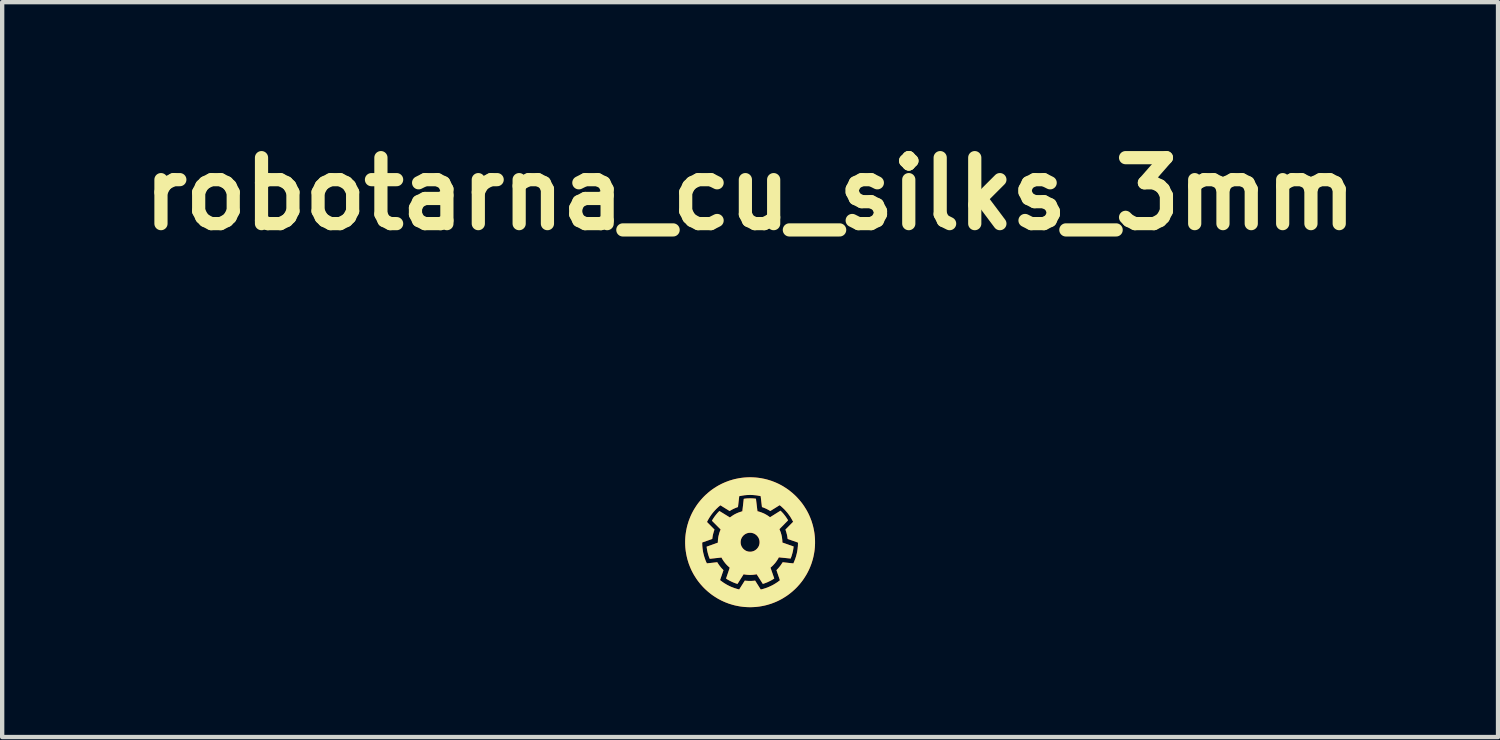
<source format=kicad_pcb>
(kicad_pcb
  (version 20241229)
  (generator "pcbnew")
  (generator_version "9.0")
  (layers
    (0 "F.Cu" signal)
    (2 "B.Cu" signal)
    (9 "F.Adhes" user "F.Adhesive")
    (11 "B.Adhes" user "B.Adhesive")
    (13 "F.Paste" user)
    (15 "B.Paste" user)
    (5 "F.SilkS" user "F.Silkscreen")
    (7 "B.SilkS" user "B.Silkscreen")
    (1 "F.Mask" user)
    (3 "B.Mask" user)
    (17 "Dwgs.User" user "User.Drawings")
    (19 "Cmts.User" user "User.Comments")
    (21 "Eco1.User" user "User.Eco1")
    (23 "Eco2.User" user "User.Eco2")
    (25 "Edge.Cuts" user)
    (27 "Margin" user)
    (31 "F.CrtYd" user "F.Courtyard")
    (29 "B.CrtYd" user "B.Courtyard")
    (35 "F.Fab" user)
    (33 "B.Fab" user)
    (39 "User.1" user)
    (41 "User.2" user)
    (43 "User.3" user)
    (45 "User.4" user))
  (footprint "robotarna_cu_silks_3mm"
    (layer "F.Cu")
    (at 14.275 9.474)
    (property "Reference" "robotarna_cu_silks_3mm" (at 0 -8.048 0) (layer "F.SilkS") (effects (font (size 1.524 1.524) (thickness 0.305))))
    (attr smd)
    (fp_poly (pts (xy -0.000003 0.219) (xy -0.992 0.184) (xy -0.989 0.2) (xy -0.985 0.216) (xy -0.982 0.231) (xy -0.978 0.247) (xy -0.974 0.263) (xy -0.969 0.278) (xy -0.965 0.293) (xy -0.96 0.309) (xy -0.955 0.324) (xy -0.95 0.339) (xy -0.944 0.354) (xy -0.938 0.368) (xy -0.932 0.383) (xy -0.661 0.353) (xy -0.654 0.367) (xy -0.646 0.381) (xy -0.638 0.395) (xy -0.629 0.409) (xy -0.62 0.422) (xy -0.611 0.436) (xy -0.602 0.449) (xy -0.592 0.462) (xy -0.582 0.474) (xy -0.572 0.487) (xy -0.562 0.499) (xy -0.551 0.511) (xy -0.54 0.523) (xy -0.529 0.534) (xy -0.518 0.545) (xy -0.506 0.556) (xy -0.494 0.567) (xy -0.482 0.578) (xy -0.47 0.588) (xy -0.555 0.839) (xy -0.542 0.848) (xy -0.528 0.857) (xy -0.514 0.865) (xy -0.5 0.873) (xy -0.486 0.881) (xy -0.472 0.889) (xy -0.457 0.896) (xy -0.443 0.903) (xy -0.428 0.91) (xy -0.413 0.917) (xy -0.399 0.924) (xy -0.383 0.93) (xy -0.368 0.936) (xy -0.353 0.942) (xy -0.338 0.948) (xy -0.322 0.953) (xy -0.307 0.958) (xy -0.291 0.963) (xy -0.15 0.74) (xy -0.134 0.743) (xy -0.118 0.746) (xy -0.101 0.748) (xy -0.085 0.75) (xy -0.068 0.752) (xy -0.051 0.753) (xy -0.035 0.754) (xy -0.018 0.755) (xy -0.001 0.755) (xy 0.015 0.755) (xy 0.031 0.754) (xy 0.046 0.754) (xy 0.061 0.752) (xy 0.077 0.751) (xy 0.092 0.749) (xy 0.107 0.747) (xy 0.122 0.745) (xy 0.137 0.742) (xy 0.152 0.74) (xy 0.294 0.962) (xy 0.31 0.957) (xy 0.326 0.952) (xy 0.341 0.947) (xy 0.356 0.941) (xy 0.372 0.935) (xy 0.387 0.929) (xy 0.402 0.923) (xy 0.417 0.916) (xy 0.431 0.909) (xy 0.446 0.902) (xy 0.46 0.895) (xy 0.475 0.888) (xy 0.489 0.88) (xy 0.503 0.872) (xy 0.517 0.864) (xy 0.531 0.855) (xy 0.544 0.847) (xy 0.558 0.838) (xy 0.471 0.588) (xy 0.483 0.577) (xy 0.495 0.567) (xy 0.507 0.556) (xy 0.519 0.545) (xy 0.531 0.533) (xy 0.542 0.521) (xy 0.553 0.509) (xy 0.564 0.497) (xy 0.575 0.485) (xy 0.585 0.472) (xy 0.595 0.459) (xy 0.604 0.446) (xy 0.614 0.433) (xy 0.623 0.419) (xy 0.632 0.406) (xy 0.64 0.392) (xy 0.649 0.377) (xy 0.657 0.363) (xy 0.664 0.349) (xy 0.936 0.377) (xy 0.942 0.362) (xy 0.947 0.348) (xy 0.953 0.333) (xy 0.958 0.318) (xy 0.963 0.303) (xy 0.967 0.287) (xy 0.972 0.272) (xy 0.976 0.257) (xy 0.98 0.241) (xy 0.984 0.226) (xy 0.987 0.21) (xy 0.991 0.194) (xy 0.994 0.178) (xy 0.996 0.163) (xy 0.999 0.146) (xy 1.001 0.13) (xy 1.003 0.114) (xy 1.005 0.098) (xy 0.746 0.007) (xy 0.745 -0.011) (xy 0.745 -0.028) (xy 0.744 -0.045) (xy 0.742 -0.062) (xy 0.74 -0.079) (xy 0.738 -0.096) (xy 0.736 -0.113) (xy 0.733 -0.129) (xy 0.729 -0.146) (xy 0.726 -0.162) (xy 0.722 -0.178) (xy 0.717 -0.194) (xy 0.713 -0.21) (xy 0.708 -0.226) (xy 0.702 -0.242) (xy 0.696 -0.257) (xy 0.69 -0.272) (xy 0.684 -0.288) (xy 0.677 -0.302) (xy 0.877 -0.506) (xy 0.869 -0.52) (xy 0.86 -0.534) (xy 0.851 -0.549) (xy 0.842 -0.563) (xy 0.832 -0.576) (xy 0.823 -0.59) (xy 0.813 -0.604) (xy 0.803 -0.617) (xy 0.793 -0.63) (xy 0.782 -0.643) (xy 0.772 -0.656) (xy 0.761 -0.669) (xy 0.75 -0.681) (xy 0.738 -0.693) (xy 0.727 -0.705) (xy 0.715 -0.717) (xy 0.703 -0.729) (xy 0.46 -0.577) (xy 0.448 -0.586) (xy 0.435 -0.596) (xy 0.422 -0.605) (xy 0.408 -0.614) (xy 0.395 -0.623) (xy 0.381 -0.631) (xy 0.367 -0.639) (xy 0.353 -0.647) (xy 0.338 -0.655) (xy 0.324 -0.662) (xy 0.309 -0.669) (xy 0.294 -0.675) (xy 0.279 -0.681) (xy 0.264 -0.687) (xy 0.249 -0.693) (xy 0.233 -0.698) (xy 0.218 -0.703) (xy 0.202 -0.708) (xy 0.186 -0.712) (xy 0.17 -0.716) (xy 0.135 -1.005) (xy 0.119 -1.007) (xy 0.102 -1.009) (xy 0.086 -1.01) (xy 0.069 -1.012) (xy 0.052 -1.013) (xy 0.035 -1.013) (xy 0.019 -1.014) (xy 0.002 -1.014) (xy -0.015 -1.014) (xy -0.032 -1.013) (xy -0.048 -1.013) (xy -0.065 -1.012) (xy -0.081 -1.011) (xy -0.098 -1.009) (xy -0.114 -1.007) (xy -0.13 -1.005) (xy -0.146 -1.003) (xy -0.179 -0.714) (xy -0.195 -0.71) (xy -0.211 -0.705) (xy -0.226 -0.7) (xy -0.242 -0.695) (xy -0.257 -0.69) (xy -0.272 -0.684) (xy -0.287 -0.678) (xy -0.302 -0.671) (xy -0.317 -0.665) (xy -0.331 -0.658) (xy -0.346 -0.65) (xy -0.36 -0.643) (xy -0.374 -0.635) (xy -0.387 -0.627) (xy -0.401 -0.618) (xy -0.414 -0.609) (xy -0.427 -0.6) (xy -0.44 -0.591) (xy -0.453 -0.582) (xy -0.466 -0.572) (xy -0.71 -0.722) (xy -0.721 -0.71) (xy -0.733 -0.698) (xy -0.744 -0.686) (xy -0.755 -0.674) (xy -0.766 -0.661) (xy -0.777 -0.648) (xy -0.788 -0.635) (xy -0.798 -0.622) (xy -0.808 -0.609) (xy -0.818 -0.595) (xy -0.828 -0.582) (xy -0.837 -0.568) (xy -0.847 -0.554) (xy -0.856 -0.54) (xy -0.865 -0.525) (xy -0.873 -0.511) (xy -0.881 -0.496) (xy -0.68 -0.294) (xy -0.686 -0.28) (xy -0.693 -0.265) (xy -0.698 -0.25) (xy -0.704 -0.235) (xy -0.709 -0.219) (xy -0.714 -0.204) (xy -0.718 -0.188) (xy -0.722 -0.172) (xy -0.726 -0.157) (xy -0.73 -0.141) (xy -0.733 -0.124) (xy -0.736 -0.108) (xy -0.738 -0.092) (xy -0.74 -0.075) (xy -0.742 -0.059) (xy -0.743 -0.042) (xy -0.744 -0.025) (xy -0.745 -0.008) (xy -0.745 0.009) (xy -0.745 0.01) (xy -1.004 0.103) (xy -1.002 0.12) (xy -1 0.136) (xy -0.997 0.152) (xy -0.995 0.168) (xy -0.992 0.184) (xy -0.000003 0.219) (xy -0.016 0.218) (xy -0.031 0.217) (xy -0.046 0.214) (xy -0.061 0.21) (xy -0.075 0.206) (xy -0.089 0.2) (xy -0.102 0.194) (xy -0.115 0.186) (xy -0.127 0.178) (xy -0.138 0.169) (xy -0.149 0.16) (xy -0.16 0.149) (xy -0.169 0.138) (xy -0.178 0.127) (xy -0.186 0.115) (xy -0.194 0.102) (xy -0.2 0.089) (xy -0.206 0.075) (xy -0.21 0.061) (xy -0.214 0.046) (xy -0.217 0.031) (xy -0.218 0.016) (xy -0.219 0.000005) (xy -0.218 -0.016) (xy -0.217 -0.031) (xy -0.214 -0.046) (xy -0.21 -0.061) (xy -0.206 -0.075) (xy -0.2 -0.089) (xy -0.194 -0.102) (xy -0.186 -0.115) (xy -0.178 -0.127) (xy -0.169 -0.138) (xy -0.16 -0.149) (xy -0.149 -0.16) (xy -0.138 -0.169) (xy -0.127 -0.178) (xy -0.115 -0.186) (xy -0.102 -0.194) (xy -0.089 -0.2) (xy -0.075 -0.206) (xy -0.061 -0.21) (xy -0.046 -0.214) (xy -0.031 -0.217) (xy -0.016 -0.218) (xy -0.000003 -0.219) (xy 0.016 -0.218) (xy 0.031 -0.217) (xy 0.046 -0.214) (xy 0.061 -0.21) (xy 0.075 -0.206) (xy 0.089 -0.2) (xy 0.102 -0.194) (xy 0.115 -0.186) (xy 0.127 -0.178) (xy 0.138 -0.169) (xy 0.149 -0.16) (xy 0.16 -0.149) (xy 0.169 -0.138) (xy 0.178 -0.127) (xy 0.186 -0.115) (xy 0.194 -0.102) (xy 0.2 -0.089) (xy 0.206 -0.075) (xy 0.21 -0.061) (xy 0.214 -0.046) (xy 0.217 -0.031) (xy 0.218 -0.016) (xy 0.219 0.000005) (xy 0.218 0.016) (xy 0.217 0.031) (xy 0.214 0.046) (xy 0.21 0.061) (xy 0.206 0.075) (xy 0.2 0.089) (xy 0.194 0.102) (xy 0.186 0.115) (xy 0.178 0.127) (xy 0.169 0.138) (xy 0.16 0.149) (xy 0.149 0.16) (xy 0.138 0.169) (xy 0.127 0.178) (xy 0.115 0.186) (xy 0.102 0.194) (xy 0.089 0.2) (xy 0.075 0.206) (xy 0.061 0.21) (xy 0.046 0.214) (xy 0.031 0.217) (xy 0.016 0.218) (xy -0.000003 0.219)) (stroke (width 0) (type solid)) (fill yes) (layer "F.Cu"))
    (fp_poly (pts (xy 0.999 0.489) (xy 0.222 1.484) (xy 0.237 1.481) (xy 0.253 1.479) (xy 0.268 1.476) (xy 0.283 1.473) (xy 0.298 1.47) (xy 0.314 1.467) (xy 0.329 1.464) (xy 0.344 1.46) (xy 0.359 1.457) (xy 0.374 1.453) (xy 0.389 1.449) (xy 0.404 1.445) (xy 0.418 1.441) (xy 0.433 1.436) (xy 0.448 1.432) (xy 0.462 1.427) (xy 0.477 1.423) (xy 0.491 1.418) (xy 0.506 1.413) (xy 0.52 1.407) (xy 0.534 1.402) (xy 0.549 1.396) (xy 0.563 1.391) (xy 0.577 1.385) (xy 0.591 1.379) (xy 0.605 1.373) (xy 0.619 1.367) (xy 0.632 1.361) (xy 0.646 1.354) (xy 0.66 1.348) (xy 0.673 1.341) (xy 0.687 1.334) (xy 0.7 1.327) (xy 0.713 1.32) (xy 0.727 1.313) (xy 0.74 1.305) (xy 0.753 1.298) (xy 0.766 1.29) (xy 0.779 1.282) (xy 0.791 1.274) (xy 0.804 1.266) (xy 0.817 1.258) (xy 0.829 1.25) (xy 0.842 1.242) (xy 0.854 1.233) (xy 0.866 1.225) (xy 0.879 1.216) (xy 0.891 1.207) (xy 0.903 1.198) (xy 0.915 1.189) (xy 0.926 1.18) (xy 0.938 1.17) (xy 0.95 1.161) (xy 0.961 1.151) (xy 0.973 1.142) (xy 0.984 1.132) (xy 0.995 1.122) (xy 1.006 1.112) (xy 1.018 1.102) (xy 1.028 1.092) (xy 1.039 1.082) (xy 1.05 1.071) (xy 1.061 1.061) (xy 1.071 1.05) (xy 1.082 1.039) (xy 1.092 1.028) (xy 1.102 1.018) (xy 1.112 1.006) (xy 1.122 0.995) (xy 1.132 0.984) (xy 1.142 0.973) (xy 1.151 0.961) (xy 1.161 0.95) (xy 1.17 0.938) (xy 1.18 0.926) (xy 1.189 0.915) (xy 1.198 0.903) (xy 1.207 0.891) (xy 1.216 0.879) (xy 1.225 0.866) (xy 1.233 0.854) (xy 1.242 0.842) (xy 1.25 0.829) (xy 1.258 0.817) (xy 1.266 0.804) (xy 1.274 0.791) (xy 1.282 0.779) (xy 1.29 0.766) (xy 1.298 0.753) (xy 1.305 0.74) (xy 1.313 0.727) (xy 1.32 0.713) (xy 1.327 0.7) (xy 1.334 0.687) (xy 1.341 0.673) (xy 1.348 0.66) (xy 1.354 0.646) (xy 1.361 0.632) (xy 1.367 0.619) (xy 1.373 0.605) (xy 1.379 0.591) (xy 1.385 0.577) (xy 1.391 0.563) (xy 1.396 0.549) (xy 1.402 0.534) (xy 1.407 0.52) (xy 1.413 0.506) (xy 1.418 0.491) (xy 1.423 0.477) (xy 1.427 0.462) (xy 1.432 0.448) (xy 1.436 0.433) (xy 1.441 0.418) (xy 1.445 0.404) (xy 1.449 0.389) (xy 1.453 0.374) (xy 1.457 0.359) (xy 1.46 0.344) (xy 1.464 0.329) (xy 1.467 0.314) (xy 1.47 0.298) (xy 1.473 0.283) (xy 1.476 0.268) (xy 1.479 0.253) (xy 1.481 0.237) (xy 1.484 0.222) (xy 1.486 0.206) (xy 1.488 0.191) (xy 1.49 0.175) (xy 1.492 0.159) (xy 1.493 0.144) (xy 1.495 0.128) (xy 1.496 0.112) (xy 1.497 0.096) (xy 1.498 0.08) (xy 1.499 0.064) (xy 1.499 0.048) (xy 1.5 0.032) (xy 1.5 0.016) (xy 1.5 0.000004) (xy 1.5 -0.016) (xy 1.5 -0.032) (xy 1.499 -0.048) (xy 1.499 -0.064) (xy 1.498 -0.08) (xy 1.497 -0.096) (xy 1.496 -0.112) (xy 1.495 -0.128) (xy 1.493 -0.144) (xy 1.492 -0.159) (xy 1.49 -0.175) (xy 1.488 -0.191) (xy 1.486 -0.206) (xy 1.484 -0.222) (xy 1.481 -0.237) (xy 1.479 -0.253) (xy 1.476 -0.268) (xy 1.473 -0.283) (xy 1.47 -0.298) (xy 1.467 -0.314) (xy 1.464 -0.329) (xy 1.46 -0.344) (xy 1.457 -0.359) (xy 1.453 -0.374) (xy 1.449 -0.389) (xy 1.445 -0.404) (xy 1.441 -0.418) (xy 1.436 -0.433) (xy 1.432 -0.448) (xy 1.427 -0.462) (xy 1.423 -0.477) (xy 1.418 -0.491) (xy 1.413 -0.506) (xy 1.407 -0.52) (xy 1.402 -0.534) (xy 1.396 -0.549) (xy 1.391 -0.563) (xy 1.385 -0.577) (xy 1.379 -0.591) (xy 1.373 -0.605) (xy 1.367 -0.619) (xy 1.361 -0.632) (xy 1.354 -0.646) (xy 1.348 -0.66) (xy 1.341 -0.673) (xy 1.334 -0.687) (xy 1.327 -0.7) (xy 1.32 -0.713) (xy 1.313 -0.727) (xy 1.305 -0.74) (xy 1.298 -0.753) (xy 1.29 -0.766) (xy 1.282 -0.779) (xy 1.274 -0.791) (xy 1.266 -0.804) (xy 1.258 -0.817) (xy 1.25 -0.829) (xy 1.242 -0.842) (xy 1.233 -0.854) (xy 1.225 -0.866) (xy 1.216 -0.879) (xy 1.207 -0.891) (xy 1.198 -0.903) (xy 1.189 -0.915) (xy 1.18 -0.926) (xy 1.17 -0.938) (xy 1.161 -0.95) (xy 1.151 -0.961) (xy 1.142 -0.973) (xy 1.132 -0.984) (xy 1.122 -0.995) (xy 1.112 -1.006) (xy 1.102 -1.018) (xy 1.092 -1.028) (xy 1.082 -1.039) (xy 1.071 -1.05) (xy 1.061 -1.061) (xy 1.05 -1.071) (xy 1.039 -1.082) (xy 1.028 -1.092) (xy 1.018 -1.102) (xy 1.006 -1.112) (xy 0.995 -1.122) (xy 0.984 -1.132) (xy 0.973 -1.142) (xy 0.961 -1.151) (xy 0.95 -1.161) (xy 0.938 -1.17) (xy 0.926 -1.18) (xy 0.915 -1.189) (xy 0.903 -1.198) (xy 0.891 -1.207) (xy 0.879 -1.216) (xy 0.866 -1.225) (xy 0.854 -1.233) (xy 0.842 -1.242) (xy 0.829 -1.25) (xy 0.817 -1.258) (xy 0.804 -1.266) (xy 0.791 -1.274) (xy 0.779 -1.282) (xy 0.766 -1.29) (xy 0.753 -1.298) (xy 0.74 -1.305) (xy 0.727 -1.313) (xy 0.713 -1.32) (xy 0.7 -1.327) (xy 0.687 -1.334) (xy 0.673 -1.341) (xy 0.66 -1.348) (xy 0.646 -1.354) (xy 0.632 -1.361) (xy 0.619 -1.367) (xy 0.605 -1.373) (xy 0.591 -1.379) (xy 0.577 -1.385) (xy 0.563 -1.391) (xy 0.549 -1.396) (xy 0.534 -1.402) (xy 0.52 -1.407) (xy 0.506 -1.413) (xy 0.491 -1.418) (xy 0.477 -1.423) (xy 0.462 -1.427) (xy 0.448 -1.432) (xy 0.433 -1.436) (xy 0.418 -1.441) (xy 0.404 -1.445) (xy 0.389 -1.449) (xy 0.374 -1.453) (xy 0.359 -1.457) (xy 0.344 -1.46) (xy 0.329 -1.464) (xy 0.314 -1.467) (xy 0.298 -1.47) (xy 0.283 -1.473) (xy 0.268 -1.476) (xy 0.253 -1.479) (xy 0.237 -1.481) (xy 0.222 -1.484) (xy 0.206 -1.486) (xy 0.191 -1.488) (xy 0.175 -1.49) (xy 0.159 -1.492) (xy 0.144 -1.493) (xy 0.128 -1.495) (xy 0.112 -1.496) (xy 0.096 -1.497) (xy 0.08 -1.498) (xy 0.064 -1.499) (xy 0.048 -1.499) (xy 0.032 -1.5) (xy 0.016 -1.5) (xy -0.000004 -1.5) (xy -0.016 -1.5) (xy -0.032 -1.5) (xy -0.048 -1.499) (xy -0.064 -1.499) (xy -0.08 -1.498) (xy -0.096 -1.497) (xy -0.112 -1.496) (xy -0.128 -1.495) (xy -0.144 -1.493) (xy -0.159 -1.492) (xy -0.175 -1.49) (xy -0.191 -1.488) (xy -0.206 -1.486) (xy -0.222 -1.484) (xy -0.237 -1.481) (xy -0.253 -1.479) (xy -0.268 -1.476) (xy -0.283 -1.473) (xy -0.298 -1.47) (xy -0.314 -1.467) (xy -0.329 -1.464) (xy -0.344 -1.46) (xy -0.359 -1.457) (xy -0.374 -1.453) (xy -0.389 -1.449) (xy -0.404 -1.445) (xy -0.418 -1.441) (xy -0.433 -1.436) (xy -0.448 -1.432) (xy -0.462 -1.427) (xy -0.477 -1.423) (xy -0.491 -1.418) (xy -0.506 -1.413) (xy -0.52 -1.407) (xy -0.534 -1.402) (xy -0.549 -1.396) (xy -0.563 -1.391) (xy -0.577 -1.385) (xy -0.591 -1.379) (xy -0.605 -1.373) (xy -0.619 -1.367) (xy -0.632 -1.361) (xy -0.646 -1.354) (xy -0.66 -1.348) (xy -0.673 -1.341) (xy -0.687 -1.334) (xy -0.7 -1.327) (xy -0.713 -1.32) (xy -0.727 -1.313) (xy -0.74 -1.305) (xy -0.753 -1.298) (xy -0.766 -1.29) (xy -0.779 -1.282) (xy -0.791 -1.274) (xy -0.804 -1.266) (xy -0.817 -1.258) (xy -0.829 -1.25) (xy -0.842 -1.242) (xy -0.854 -1.233) (xy -0.866 -1.225) (xy -0.879 -1.216) (xy -0.891 -1.207) (xy -0.903 -1.198) (xy -0.915 -1.189) (xy -0.926 -1.18) (xy -0.938 -1.17) (xy -0.95 -1.161) (xy -0.961 -1.151) (xy -0.973 -1.142) (xy -0.984 -1.132) (xy -0.995 -1.122) (xy -1.006 -1.112) (xy -1.018 -1.102) (xy -1.028 -1.092) (xy -1.039 -1.082) (xy -1.05 -1.071) (xy -1.061 -1.061) (xy -1.071 -1.05) (xy -1.082 -1.039) (xy -1.092 -1.028) (xy -1.102 -1.018) (xy -1.112 -1.006) (xy -1.122 -0.995) (xy -1.132 -0.984) (xy -1.142 -0.973) (xy -1.151 -0.961) (xy -1.161 -0.95) (xy -1.17 -0.938) (xy -1.18 -0.926) (xy -1.189 -0.915) (xy -1.198 -0.903) (xy -1.207 -0.891) (xy -1.216 -0.879) (xy -1.225 -0.866) (xy -1.233 -0.854) (xy -1.242 -0.842) (xy -1.25 -0.829) (xy -1.258 -0.817) (xy -1.266 -0.804) (xy -1.274 -0.791) (xy -1.282 -0.779) (xy -1.29 -0.766) (xy -1.298 -0.753) (xy -1.305 -0.74) (xy -1.313 -0.727) (xy -1.32 -0.713) (xy -1.327 -0.7) (xy -1.334 -0.687) (xy -1.341 -0.673) (xy -1.348 -0.66) (xy -1.354 -0.646) (xy -1.361 -0.632) (xy -1.367 -0.619) (xy -1.373 -0.605) (xy -1.379 -0.591) (xy -1.385 -0.577) (xy -1.391 -0.563) (xy -1.396 -0.549) (xy -1.402 -0.534) (xy -1.407 -0.52) (xy -1.413 -0.506) (xy -1.418 -0.491) (xy -1.423 -0.477) (xy -1.427 -0.462) (xy -1.432 -0.448) (xy -1.436 -0.433) (xy -1.441 -0.418) (xy -1.445 -0.404) (xy -1.449 -0.389) (xy -1.453 -0.374) (xy -1.457 -0.359) (xy -1.46 -0.344) (xy -1.464 -0.329) (xy -1.467 -0.314) (xy -1.47 -0.298) (xy -1.473 -0.283) (xy -1.476 -0.268) (xy -1.479 -0.253) (xy -1.481 -0.237) (xy -1.484 -0.222) (xy -1.486 -0.206) (xy -1.488 -0.191) (xy -1.49 -0.175) (xy -1.492 -0.159) (xy -1.493 -0.144) (xy -1.495 -0.128) (xy -1.496 -0.112) (xy -1.497 -0.096) (xy -1.498 -0.08) (xy -1.499 -0.064) (xy -1.499 -0.048) (xy -1.5 -0.032) (xy -1.5 -0.016) (xy -1.5 0.000004) (xy -1.5 0.016) (xy -1.5 0.032) (xy -1.499 0.048) (xy -1.499 0.064) (xy -1.498 0.08) (xy -1.497 0.096) (xy -1.496 0.112) (xy -1.495 0.128) (xy -1.493 0.144) (xy -1.492 0.159) (xy -1.49 0.175) (xy -1.488 0.191) (xy -1.486 0.206) (xy -1.484 0.222) (xy -1.481 0.237) (xy -1.479 0.253) (xy -1.476 0.268) (xy -1.473 0.283) (xy -1.47 0.298) (xy -1.467 0.314) (xy -1.464 0.329) (xy -1.46 0.344) (xy -1.457 0.359) (xy -1.453 0.374) (xy -1.449 0.389) (xy -1.445 0.404) (xy -1.441 0.418) (xy -1.436 0.433) (xy -1.432 0.448) (xy -1.427 0.462) (xy -1.423 0.477) (xy -1.418 0.491) (xy -1.413 0.506) (xy -1.407 0.52) (xy -1.402 0.534) (xy -1.396 0.549) (xy -1.391 0.563) (xy -1.385 0.577) (xy -1.379 0.591) (xy -1.373 0.605) (xy -1.367 0.619) (xy -1.361 0.632) (xy -1.354 0.646) (xy -1.348 0.66) (xy -1.341 0.673) (xy -1.334 0.687) (xy -1.327 0.7) (xy -1.32 0.713) (xy -1.313 0.727) (xy -1.305 0.74) (xy -1.298 0.753) (xy -1.29 0.766) (xy -1.282 0.779) (xy -1.274 0.791) (xy -1.266 0.804) (xy -1.258 0.817) (xy -1.25 0.829) (xy -1.242 0.842) (xy -1.233 0.854) (xy -1.225 0.866) (xy -1.216 0.879) (xy -1.207 0.891) (xy -1.198 0.903) (xy -1.189 0.915) (xy -1.18 0.926) (xy -1.17 0.938) (xy -1.161 0.95) (xy -1.151 0.961) (xy -1.142 0.973) (xy -1.132 0.984) (xy -1.122 0.995) (xy -1.112 1.006) (xy -1.102 1.018) (xy -1.092 1.028) (xy -1.082 1.039) (xy -1.071 1.05) (xy -1.061 1.061) (xy -1.05 1.071) (xy -1.039 1.082) (xy -1.028 1.092) (xy -1.018 1.102) (xy -1.006 1.112) (xy -0.995 1.122) (xy -0.984 1.132) (xy -0.973 1.142) (xy -0.961 1.151) (xy -0.95 1.161) (xy -0.938 1.17) (xy -0.926 1.18) (xy -0.915 1.189) (xy -0.903 1.198) (xy -0.891 1.207) (xy -0.879 1.216) (xy -0.866 1.225) (xy -0.854 1.233) (xy -0.842 1.242) (xy -0.829 1.25) (xy -0.817 1.258) (xy -0.804 1.266) (xy -0.791 1.274) (xy -0.779 1.282) (xy -0.766 1.29) (xy -0.753 1.298) (xy -0.74 1.305) (xy -0.727 1.313) (xy -0.713 1.32) (xy -0.7 1.327) (xy -0.687 1.334) (xy -0.673 1.341) (xy -0.66 1.348) (xy -0.646 1.354) (xy -0.632 1.361) (xy -0.619 1.367) (xy -0.605 1.373) (xy -0.591 1.379) (xy -0.577 1.385) (xy -0.563 1.391) (xy -0.549 1.396) (xy -0.534 1.402) (xy -0.52 1.407) (xy -0.506 1.413) (xy -0.491 1.418) (xy -0.477 1.423) (xy -0.462 1.427) (xy -0.448 1.432) (xy -0.433 1.436) (xy -0.418 1.441) (xy -0.404 1.445) (xy -0.389 1.449) (xy -0.374 1.453) (xy -0.359 1.457) (xy -0.344 1.46) (xy -0.329 1.464) (xy -0.314 1.467) (xy -0.298 1.47) (xy -0.283 1.473) (xy -0.268 1.476) (xy -0.253 1.479) (xy -0.237 1.481) (xy -0.222 1.484) (xy -0.206 1.486) (xy -0.191 1.488) (xy -0.175 1.49) (xy -0.159 1.492) (xy -0.144 1.493) (xy -0.128 1.495) (xy -0.112 1.496) (xy -0.096 1.497) (xy -0.08 1.498) (xy -0.064 1.499) (xy -0.048 1.499) (xy -0.032 1.5) (xy -0.016 1.5) (xy -0.000004 1.5) (xy 0.016 1.5) (xy 0.032 1.5) (xy 0.048 1.499) (xy 0.064 1.499) (xy 0.08 1.498) (xy 0.096 1.497) (xy 0.112 1.496) (xy 0.128 1.495) (xy 0.144 1.493) (xy 0.159 1.492) (xy 0.175 1.49) (xy 0.191 1.488) (xy 0.206 1.486) (xy 0.222 1.484) (xy 0.999 0.489) (xy 0.752 0.462) (xy 0.744 0.476) (xy 0.735 0.49) (xy 0.725 0.504) (xy 0.716 0.518) (xy 0.706 0.532) (xy 0.697 0.545) (xy 0.686 0.558) (xy 0.676 0.571) (xy 0.665 0.584) (xy 0.654 0.597) (xy 0.643 0.609) (xy 0.632 0.621) (xy 0.62 0.633) (xy 0.609 0.645) (xy 0.689 0.878) (xy 0.676 0.889) (xy 0.663 0.898) (xy 0.65 0.908) (xy 0.637 0.918) (xy 0.623 0.927) (xy 0.61 0.936) (xy 0.596 0.945) (xy 0.582 0.954) (xy 0.568 0.962) (xy 0.554 0.971) (xy 0.54 0.979) (xy 0.525 0.987) (xy 0.511 0.995) (xy 0.496 1.002) (xy 0.481 1.009) (xy 0.467 1.016) (xy 0.452 1.023) (xy 0.436 1.03) (xy 0.421 1.036) (xy 0.406 1.043) (xy 0.39 1.049) (xy 0.375 1.054) (xy 0.359 1.06) (xy 0.343 1.065) (xy 0.327 1.07) (xy 0.311 1.075) (xy 0.295 1.08) (xy 0.279 1.084) (xy 0.263 1.088) (xy 0.246 1.092) (xy 0.116 0.886) (xy 0.101 0.888) (xy 0.086 0.89) (xy 0.072 0.891) (xy 0.057 0.892) (xy 0.042 0.893) (xy 0.027 0.894) (xy 0.012 0.894) (xy -0.003 0.894) (xy -0.018 0.894) (xy -0.033 0.894) (xy -0.048 0.893) (xy -0.063 0.892) (xy -0.078 0.891) (xy -0.093 0.89) (xy -0.107 0.888) (xy -0.122 0.886) (xy -0.252 1.091) (xy -0.268 1.087) (xy -0.284 1.082) (xy -0.301 1.078) (xy -0.317 1.073) (xy -0.333 1.068) (xy -0.349 1.063) (xy -0.365 1.058) (xy -0.38 1.052) (xy -0.396 1.046) (xy -0.411 1.04) (xy -0.427 1.034) (xy -0.442 1.028) (xy -0.457 1.021) (xy -0.472 1.014) (xy -0.487 1.007) (xy -0.502 0.999) (xy -0.516 0.992) (xy -0.531 0.984) (xy -0.545 0.976) (xy -0.559 0.968) (xy -0.573 0.959) (xy -0.587 0.951) (xy -0.601 0.942) (xy -0.615 0.933) (xy -0.628 0.923) (xy -0.642 0.914) (xy -0.655 0.904) (xy -0.668 0.895) (xy -0.681 0.885) (xy -0.694 0.874) (xy -0.615 0.645) (xy -0.627 0.633) (xy -0.638 0.621) (xy -0.65 0.609) (xy -0.661 0.597) (xy -0.672 0.584) (xy -0.682 0.571) (xy -0.693 0.558) (xy -0.703 0.545) (xy -0.713 0.532) (xy -0.723 0.518) (xy -0.732 0.504) (xy -0.741 0.49) (xy -0.75 0.476) (xy -0.759 0.462) (xy -0.999 0.488) (xy -1.006 0.473) (xy -1.012 0.459) (xy -1.019 0.444) (xy -1.025 0.43) (xy -1.031 0.415) (xy -1.036 0.4) (xy -1.042 0.385) (xy -1.047 0.369) (xy -1.052 0.354) (xy -1.057 0.339) (xy -1.062 0.323) (xy -1.066 0.308) (xy -1.07 0.292) (xy -1.074 0.276) (xy -1.078 0.261) (xy -1.082 0.245) (xy -1.085 0.229) (xy -1.088 0.213) (xy -1.091 0.196) (xy -1.093 0.18) (xy -1.096 0.164) (xy -1.098 0.147) (xy -1.1 0.131) (xy -1.101 0.114) (xy -1.103 0.098) (xy -1.104 0.081) (xy -1.105 0.064) (xy -1.105 0.048) (xy -1.106 0.031) (xy -1.106 0.014) (xy -1.106 0.006) (xy -0.874 -0.076) (xy -0.872 -0.092) (xy -0.87 -0.108) (xy -0.867 -0.124) (xy -0.865 -0.14) (xy -0.862 -0.156) (xy -0.858 -0.172) (xy -0.855 -0.187) (xy -0.851 -0.202) (xy -0.847 -0.218) (xy -0.842 -0.233) (xy -0.838 -0.248) (xy -0.833 -0.263) (xy -0.828 -0.278) (xy -0.822 -0.292) (xy -0.996 -0.468) (xy -0.988 -0.483) (xy -0.981 -0.497) (xy -0.973 -0.512) (xy -0.965 -0.527) (xy -0.956 -0.541) (xy -0.948 -0.556) (xy -0.939 -0.57) (xy -0.93 -0.584) (xy -0.921 -0.598) (xy -0.912 -0.612) (xy -0.902 -0.625) (xy -0.893 -0.639) (xy -0.883 -0.652) (xy -0.873 -0.665) (xy -0.862 -0.678) (xy -0.852 -0.691) (xy -0.841 -0.704) (xy -0.83 -0.716) (xy -0.819 -0.729) (xy -0.808 -0.741) (xy -0.796 -0.753) (xy -0.785 -0.765) (xy -0.773 -0.777) (xy -0.761 -0.788) (xy -0.749 -0.799) (xy -0.737 -0.811) (xy -0.724 -0.822) (xy -0.712 -0.832) (xy -0.699 -0.843) (xy -0.686 -0.853) (xy -0.473 -0.721) (xy -0.459 -0.729) (xy -0.445 -0.738) (xy -0.431 -0.746) (xy -0.416 -0.754) (xy -0.402 -0.762) (xy -0.387 -0.769) (xy -0.372 -0.776) (xy -0.357 -0.783) (xy -0.342 -0.789) (xy -0.327 -0.796) (xy -0.311 -0.802) (xy -0.296 -0.807) (xy -0.28 -0.813) (xy -0.251 -1.063) (xy -0.234 -1.067) (xy -0.218 -1.07) (xy -0.202 -1.073) (xy -0.186 -1.076) (xy -0.169 -1.079) (xy -0.152 -1.081) (xy -0.136 -1.084) (xy -0.119 -1.086) (xy -0.102 -1.087) (xy -0.085 -1.089) (xy -0.068 -1.09) (xy -0.051 -1.091) (xy -0.034 -1.091) (xy -0.017 -1.092) (xy -0.000004 -1.092) (xy 0.017 -1.092) (xy 0.033 -1.091) (xy 0.05 -1.091) (xy 0.067 -1.09) (xy 0.083 -1.089) (xy 0.1 -1.087) (xy 0.116 -1.086) (xy 0.132 -1.084) (xy 0.148 -1.082) (xy 0.165 -1.08) (xy 0.181 -1.077) (xy 0.197 -1.074) (xy 0.212 -1.071) (xy 0.228 -1.068) (xy 0.244 -1.065) (xy 0.274 -0.813) (xy 0.289 -0.807) (xy 0.305 -0.802) (xy 0.32 -0.796) (xy 0.336 -0.789) (xy 0.351 -0.783) (xy 0.366 -0.776) (xy 0.381 -0.769) (xy 0.395 -0.762) (xy 0.41 -0.754) (xy 0.424 -0.746) (xy 0.439 -0.738) (xy 0.453 -0.729) (xy 0.466 -0.721) (xy 0.683 -0.856) (xy 0.696 -0.845) (xy 0.709 -0.835) (xy 0.722 -0.824) (xy 0.734 -0.813) (xy 0.746 -0.802) (xy 0.758 -0.791) (xy 0.77 -0.779) (xy 0.782 -0.768) (xy 0.794 -0.756) (xy 0.805 -0.744) (xy 0.816 -0.732) (xy 0.827 -0.72) (xy 0.838 -0.707) (xy 0.849 -0.694) (xy 0.86 -0.682) (xy 0.87 -0.669) (xy 0.88 -0.656) (xy 0.89 -0.642) (xy 0.9 -0.629) (xy 0.909 -0.615) (xy 0.919 -0.602) (xy 0.928 -0.588) (xy 0.937 -0.574) (xy 0.945 -0.56) (xy 0.954 -0.545) (xy 0.962 -0.531) (xy 0.97 -0.516) (xy 0.978 -0.502) (xy 0.986 -0.487) (xy 0.994 -0.472) (xy 0.816 -0.292) (xy 0.821 -0.278) (xy 0.826 -0.263) (xy 0.831 -0.248) (xy 0.836 -0.233) (xy 0.84 -0.218) (xy 0.844 -0.202) (xy 0.848 -0.187) (xy 0.852 -0.172) (xy 0.855 -0.156) (xy 0.858 -0.14) (xy 0.861 -0.124) (xy 0.863 -0.108) (xy 0.866 -0.092) (xy 0.867 -0.076) (xy 1.106 0.008) (xy 1.106 0.014) (xy 1.106 0.031) (xy 1.105 0.048) (xy 1.105 0.064) (xy 1.104 0.081) (xy 1.103 0.098) (xy 1.101 0.115) (xy 1.099 0.131) (xy 1.098 0.148) (xy 1.096 0.164) (xy 1.093 0.18) (xy 1.091 0.197) (xy 1.088 0.213) (xy 1.085 0.229) (xy 1.081 0.245) (xy 1.078 0.261) (xy 1.074 0.277) (xy 1.07 0.293) (xy 1.066 0.308) (xy 1.062 0.324) (xy 1.057 0.339) (xy 1.052 0.355) (xy 1.047 0.37) (xy 1.042 0.385) (xy 1.036 0.4) (xy 1.03 0.415) (xy 1.025 0.43) (xy 1.018 0.445) (xy 1.012 0.46) (xy 1.006 0.474) (xy 0.999 0.489)) (stroke (width 0) (type solid)) (fill yes) (layer "F.Cu"))
    (fp_poly (pts (xy -0.000003 0.219) (xy -0.992 0.184) (xy -0.989 0.2) (xy -0.985 0.216) (xy -0.982 0.231) (xy -0.978 0.247) (xy -0.974 0.263) (xy -0.969 0.278) (xy -0.965 0.293) (xy -0.96 0.309) (xy -0.955 0.324) (xy -0.95 0.339) (xy -0.944 0.354) (xy -0.938 0.368) (xy -0.932 0.383) (xy -0.661 0.353) (xy -0.654 0.367) (xy -0.646 0.381) (xy -0.638 0.395) (xy -0.629 0.409) (xy -0.62 0.422) (xy -0.611 0.436) (xy -0.602 0.449) (xy -0.592 0.462) (xy -0.582 0.474) (xy -0.572 0.487) (xy -0.562 0.499) (xy -0.551 0.511) (xy -0.54 0.523) (xy -0.529 0.534) (xy -0.518 0.545) (xy -0.506 0.556) (xy -0.494 0.567) (xy -0.482 0.578) (xy -0.47 0.588) (xy -0.555 0.839) (xy -0.542 0.848) (xy -0.528 0.857) (xy -0.514 0.865) (xy -0.5 0.873) (xy -0.486 0.881) (xy -0.472 0.889) (xy -0.457 0.896) (xy -0.443 0.903) (xy -0.428 0.91) (xy -0.413 0.917) (xy -0.399 0.924) (xy -0.383 0.93) (xy -0.368 0.936) (xy -0.353 0.942) (xy -0.338 0.948) (xy -0.322 0.953) (xy -0.307 0.958) (xy -0.291 0.963) (xy -0.15 0.74) (xy -0.134 0.743) (xy -0.118 0.746) (xy -0.101 0.748) (xy -0.085 0.75) (xy -0.068 0.752) (xy -0.051 0.753) (xy -0.035 0.754) (xy -0.018 0.755) (xy -0.001 0.755) (xy 0.015 0.755) (xy 0.031 0.754) (xy 0.046 0.754) (xy 0.061 0.752) (xy 0.077 0.751) (xy 0.092 0.749) (xy 0.107 0.747) (xy 0.122 0.745) (xy 0.137 0.742) (xy 0.152 0.74) (xy 0.294 0.962) (xy 0.31 0.957) (xy 0.326 0.952) (xy 0.341 0.947) (xy 0.356 0.941) (xy 0.372 0.935) (xy 0.387 0.929) (xy 0.402 0.923) (xy 0.417 0.916) (xy 0.431 0.909) (xy 0.446 0.902) (xy 0.46 0.895) (xy 0.475 0.888) (xy 0.489 0.88) (xy 0.503 0.872) (xy 0.517 0.864) (xy 0.531 0.855) (xy 0.544 0.847) (xy 0.558 0.838) (xy 0.471 0.588) (xy 0.483 0.577) (xy 0.495 0.567) (xy 0.507 0.556) (xy 0.519 0.545) (xy 0.531 0.533) (xy 0.542 0.521) (xy 0.553 0.509) (xy 0.564 0.497) (xy 0.575 0.485) (xy 0.585 0.472) (xy 0.595 0.459) (xy 0.604 0.446) (xy 0.614 0.433) (xy 0.623 0.419) (xy 0.632 0.406) (xy 0.64 0.392) (xy 0.649 0.377) (xy 0.657 0.363) (xy 0.664 0.349) (xy 0.936 0.377) (xy 0.942 0.362) (xy 0.947 0.348) (xy 0.953 0.333) (xy 0.958 0.318) (xy 0.963 0.303) (xy 0.967 0.287) (xy 0.972 0.272) (xy 0.976 0.257) (xy 0.98 0.241) (xy 0.984 0.226) (xy 0.987 0.21) (xy 0.991 0.194) (xy 0.994 0.178) (xy 0.996 0.163) (xy 0.999 0.146) (xy 1.001 0.13) (xy 1.003 0.114) (xy 1.005 0.098) (xy 0.746 0.007) (xy 0.745 -0.011) (xy 0.745 -0.028) (xy 0.744 -0.045) (xy 0.742 -0.062) (xy 0.74 -0.079) (xy 0.738 -0.096) (xy 0.736 -0.113) (xy 0.733 -0.129) (xy 0.729 -0.146) (xy 0.726 -0.162) (xy 0.722 -0.178) (xy 0.717 -0.194) (xy 0.713 -0.21) (xy 0.708 -0.226) (xy 0.702 -0.242) (xy 0.696 -0.257) (xy 0.69 -0.272) (xy 0.684 -0.288) (xy 0.677 -0.302) (xy 0.877 -0.506) (xy 0.869 -0.52) (xy 0.86 -0.534) (xy 0.851 -0.549) (xy 0.842 -0.563) (xy 0.832 -0.576) (xy 0.823 -0.59) (xy 0.813 -0.604) (xy 0.803 -0.617) (xy 0.793 -0.63) (xy 0.782 -0.643) (xy 0.772 -0.656) (xy 0.761 -0.669) (xy 0.75 -0.681) (xy 0.738 -0.693) (xy 0.727 -0.705) (xy 0.715 -0.717) (xy 0.703 -0.729) (xy 0.46 -0.577) (xy 0.448 -0.586) (xy 0.435 -0.596) (xy 0.422 -0.605) (xy 0.408 -0.614) (xy 0.395 -0.623) (xy 0.381 -0.631) (xy 0.367 -0.639) (xy 0.353 -0.647) (xy 0.338 -0.655) (xy 0.324 -0.662) (xy 0.309 -0.669) (xy 0.294 -0.675) (xy 0.279 -0.681) (xy 0.264 -0.687) (xy 0.249 -0.693) (xy 0.233 -0.698) (xy 0.218 -0.703) (xy 0.202 -0.708) (xy 0.186 -0.712) (xy 0.17 -0.716) (xy 0.135 -1.005) (xy 0.119 -1.007) (xy 0.102 -1.009) (xy 0.086 -1.01) (xy 0.069 -1.012) (xy 0.052 -1.013) (xy 0.035 -1.013) (xy 0.019 -1.014) (xy 0.002 -1.014) (xy -0.015 -1.014) (xy -0.032 -1.013) (xy -0.048 -1.013) (xy -0.065 -1.012) (xy -0.081 -1.011) (xy -0.098 -1.009) (xy -0.114 -1.007) (xy -0.13 -1.005) (xy -0.146 -1.003) (xy -0.179 -0.714) (xy -0.195 -0.71) (xy -0.211 -0.705) (xy -0.226 -0.7) (xy -0.242 -0.695) (xy -0.257 -0.69) (xy -0.272 -0.684) (xy -0.287 -0.678) (xy -0.302 -0.671) (xy -0.317 -0.665) (xy -0.331 -0.658) (xy -0.346 -0.65) (xy -0.36 -0.643) (xy -0.374 -0.635) (xy -0.387 -0.627) (xy -0.401 -0.618) (xy -0.414 -0.609) (xy -0.427 -0.6) (xy -0.44 -0.591) (xy -0.453 -0.582) (xy -0.466 -0.572) (xy -0.71 -0.722) (xy -0.721 -0.71) (xy -0.733 -0.698) (xy -0.744 -0.686) (xy -0.755 -0.674) (xy -0.766 -0.661) (xy -0.777 -0.648) (xy -0.788 -0.635) (xy -0.798 -0.622) (xy -0.808 -0.609) (xy -0.818 -0.595) (xy -0.828 -0.582) (xy -0.837 -0.568) (xy -0.847 -0.554) (xy -0.856 -0.54) (xy -0.865 -0.525) (xy -0.873 -0.511) (xy -0.881 -0.496) (xy -0.68 -0.294) (xy -0.686 -0.28) (xy -0.693 -0.265) (xy -0.698 -0.25) (xy -0.704 -0.235) (xy -0.709 -0.219) (xy -0.714 -0.204) (xy -0.718 -0.188) (xy -0.722 -0.172) (xy -0.726 -0.157) (xy -0.73 -0.141) (xy -0.733 -0.124) (xy -0.736 -0.108) (xy -0.738 -0.092) (xy -0.74 -0.075) (xy -0.742 -0.059) (xy -0.743 -0.042) (xy -0.744 -0.025) (xy -0.745 -0.008) (xy -0.745 0.009) (xy -0.745 0.01) (xy -1.004 0.103) (xy -1.002 0.12) (xy -1 0.136) (xy -0.997 0.152) (xy -0.995 0.168) (xy -0.992 0.184) (xy -0.000003 0.219) (xy -0.016 0.218) (xy -0.031 0.217) (xy -0.046 0.214) (xy -0.061 0.21) (xy -0.075 0.206) (xy -0.089 0.2) (xy -0.102 0.194) (xy -0.115 0.186) (xy -0.127 0.178) (xy -0.138 0.169) (xy -0.149 0.16) (xy -0.16 0.149) (xy -0.169 0.138) (xy -0.178 0.127) (xy -0.186 0.115) (xy -0.194 0.102) (xy -0.2 0.089) (xy -0.206 0.075) (xy -0.21 0.061) (xy -0.214 0.046) (xy -0.217 0.031) (xy -0.218 0.016) (xy -0.219 0.000005) (xy -0.218 -0.016) (xy -0.217 -0.031) (xy -0.214 -0.046) (xy -0.21 -0.061) (xy -0.206 -0.075) (xy -0.2 -0.089) (xy -0.194 -0.102) (xy -0.186 -0.115) (xy -0.178 -0.127) (xy -0.169 -0.138) (xy -0.16 -0.149) (xy -0.149 -0.16) (xy -0.138 -0.169) (xy -0.127 -0.178) (xy -0.115 -0.186) (xy -0.102 -0.194) (xy -0.089 -0.2) (xy -0.075 -0.206) (xy -0.061 -0.21) (xy -0.046 -0.214) (xy -0.031 -0.217) (xy -0.016 -0.218) (xy -0.000003 -0.219) (xy 0.016 -0.218) (xy 0.031 -0.217) (xy 0.046 -0.214) (xy 0.061 -0.21) (xy 0.075 -0.206) (xy 0.089 -0.2) (xy 0.102 -0.194) (xy 0.115 -0.186) (xy 0.127 -0.178) (xy 0.138 -0.169) (xy 0.149 -0.16) (xy 0.16 -0.149) (xy 0.169 -0.138) (xy 0.178 -0.127) (xy 0.186 -0.115) (xy 0.194 -0.102) (xy 0.2 -0.089) (xy 0.206 -0.075) (xy 0.21 -0.061) (xy 0.214 -0.046) (xy 0.217 -0.031) (xy 0.218 -0.016) (xy 0.219 0.000005) (xy 0.218 0.016) (xy 0.217 0.031) (xy 0.214 0.046) (xy 0.21 0.061) (xy 0.206 0.075) (xy 0.2 0.089) (xy 0.194 0.102) (xy 0.186 0.115) (xy 0.178 0.127) (xy 0.169 0.138) (xy 0.16 0.149) (xy 0.149 0.16) (xy 0.138 0.169) (xy 0.127 0.178) (xy 0.115 0.186) (xy 0.102 0.194) (xy 0.089 0.2) (xy 0.075 0.206) (xy 0.061 0.21) (xy 0.046 0.214) (xy 0.031 0.217) (xy 0.016 0.218) (xy -0.000003 0.219)) (stroke (width 0) (type solid)) (fill yes) (layer "F.SilkS"))
    (fp_poly (pts (xy 0.999 0.489) (xy 0.222 1.484) (xy 0.237 1.481) (xy 0.253 1.479) (xy 0.268 1.476) (xy 0.283 1.473) (xy 0.298 1.47) (xy 0.314 1.467) (xy 0.329 1.464) (xy 0.344 1.46) (xy 0.359 1.457) (xy 0.374 1.453) (xy 0.389 1.449) (xy 0.404 1.445) (xy 0.418 1.441) (xy 0.433 1.436) (xy 0.448 1.432) (xy 0.462 1.427) (xy 0.477 1.423) (xy 0.491 1.418) (xy 0.506 1.413) (xy 0.52 1.407) (xy 0.534 1.402) (xy 0.549 1.396) (xy 0.563 1.391) (xy 0.577 1.385) (xy 0.591 1.379) (xy 0.605 1.373) (xy 0.619 1.367) (xy 0.632 1.361) (xy 0.646 1.354) (xy 0.66 1.348) (xy 0.673 1.341) (xy 0.687 1.334) (xy 0.7 1.327) (xy 0.713 1.32) (xy 0.727 1.313) (xy 0.74 1.305) (xy 0.753 1.298) (xy 0.766 1.29) (xy 0.779 1.282) (xy 0.791 1.274) (xy 0.804 1.266) (xy 0.817 1.258) (xy 0.829 1.25) (xy 0.842 1.242) (xy 0.854 1.233) (xy 0.866 1.225) (xy 0.879 1.216) (xy 0.891 1.207) (xy 0.903 1.198) (xy 0.915 1.189) (xy 0.926 1.18) (xy 0.938 1.17) (xy 0.95 1.161) (xy 0.961 1.151) (xy 0.973 1.142) (xy 0.984 1.132) (xy 0.995 1.122) (xy 1.006 1.112) (xy 1.018 1.102) (xy 1.028 1.092) (xy 1.039 1.082) (xy 1.05 1.071) (xy 1.061 1.061) (xy 1.071 1.05) (xy 1.082 1.039) (xy 1.092 1.028) (xy 1.102 1.018) (xy 1.112 1.006) (xy 1.122 0.995) (xy 1.132 0.984) (xy 1.142 0.973) (xy 1.151 0.961) (xy 1.161 0.95) (xy 1.17 0.938) (xy 1.18 0.926) (xy 1.189 0.915) (xy 1.198 0.903) (xy 1.207 0.891) (xy 1.216 0.879) (xy 1.225 0.866) (xy 1.233 0.854) (xy 1.242 0.842) (xy 1.25 0.829) (xy 1.258 0.817) (xy 1.266 0.804) (xy 1.274 0.791) (xy 1.282 0.779) (xy 1.29 0.766) (xy 1.298 0.753) (xy 1.305 0.74) (xy 1.313 0.727) (xy 1.32 0.713) (xy 1.327 0.7) (xy 1.334 0.687) (xy 1.341 0.673) (xy 1.348 0.66) (xy 1.354 0.646) (xy 1.361 0.632) (xy 1.367 0.619) (xy 1.373 0.605) (xy 1.379 0.591) (xy 1.385 0.577) (xy 1.391 0.563) (xy 1.396 0.549) (xy 1.402 0.534) (xy 1.407 0.52) (xy 1.413 0.506) (xy 1.418 0.491) (xy 1.423 0.477) (xy 1.427 0.462) (xy 1.432 0.448) (xy 1.436 0.433) (xy 1.441 0.418) (xy 1.445 0.404) (xy 1.449 0.389) (xy 1.453 0.374) (xy 1.457 0.359) (xy 1.46 0.344) (xy 1.464 0.329) (xy 1.467 0.314) (xy 1.47 0.298) (xy 1.473 0.283) (xy 1.476 0.268) (xy 1.479 0.253) (xy 1.481 0.237) (xy 1.484 0.222) (xy 1.486 0.206) (xy 1.488 0.191) (xy 1.49 0.175) (xy 1.492 0.159) (xy 1.493 0.144) (xy 1.495 0.128) (xy 1.496 0.112) (xy 1.497 0.096) (xy 1.498 0.08) (xy 1.499 0.064) (xy 1.499 0.048) (xy 1.5 0.032) (xy 1.5 0.016) (xy 1.5 0.000004) (xy 1.5 -0.016) (xy 1.5 -0.032) (xy 1.499 -0.048) (xy 1.499 -0.064) (xy 1.498 -0.08) (xy 1.497 -0.096) (xy 1.496 -0.112) (xy 1.495 -0.128) (xy 1.493 -0.144) (xy 1.492 -0.159) (xy 1.49 -0.175) (xy 1.488 -0.191) (xy 1.486 -0.206) (xy 1.484 -0.222) (xy 1.481 -0.237) (xy 1.479 -0.253) (xy 1.476 -0.268) (xy 1.473 -0.283) (xy 1.47 -0.298) (xy 1.467 -0.314) (xy 1.464 -0.329) (xy 1.46 -0.344) (xy 1.457 -0.359) (xy 1.453 -0.374) (xy 1.449 -0.389) (xy 1.445 -0.404) (xy 1.441 -0.418) (xy 1.436 -0.433) (xy 1.432 -0.448) (xy 1.427 -0.462) (xy 1.423 -0.477) (xy 1.418 -0.491) (xy 1.413 -0.506) (xy 1.407 -0.52) (xy 1.402 -0.534) (xy 1.396 -0.549) (xy 1.391 -0.563) (xy 1.385 -0.577) (xy 1.379 -0.591) (xy 1.373 -0.605) (xy 1.367 -0.619) (xy 1.361 -0.632) (xy 1.354 -0.646) (xy 1.348 -0.66) (xy 1.341 -0.673) (xy 1.334 -0.687) (xy 1.327 -0.7) (xy 1.32 -0.713) (xy 1.313 -0.727) (xy 1.305 -0.74) (xy 1.298 -0.753) (xy 1.29 -0.766) (xy 1.282 -0.779) (xy 1.274 -0.791) (xy 1.266 -0.804) (xy 1.258 -0.817) (xy 1.25 -0.829) (xy 1.242 -0.842) (xy 1.233 -0.854) (xy 1.225 -0.866) (xy 1.216 -0.879) (xy 1.207 -0.891) (xy 1.198 -0.903) (xy 1.189 -0.915) (xy 1.18 -0.926) (xy 1.17 -0.938) (xy 1.161 -0.95) (xy 1.151 -0.961) (xy 1.142 -0.973) (xy 1.132 -0.984) (xy 1.122 -0.995) (xy 1.112 -1.006) (xy 1.102 -1.018) (xy 1.092 -1.028) (xy 1.082 -1.039) (xy 1.071 -1.05) (xy 1.061 -1.061) (xy 1.05 -1.071) (xy 1.039 -1.082) (xy 1.028 -1.092) (xy 1.018 -1.102) (xy 1.006 -1.112) (xy 0.995 -1.122) (xy 0.984 -1.132) (xy 0.973 -1.142) (xy 0.961 -1.151) (xy 0.95 -1.161) (xy 0.938 -1.17) (xy 0.926 -1.18) (xy 0.915 -1.189) (xy 0.903 -1.198) (xy 0.891 -1.207) (xy 0.879 -1.216) (xy 0.866 -1.225) (xy 0.854 -1.233) (xy 0.842 -1.242) (xy 0.829 -1.25) (xy 0.817 -1.258) (xy 0.804 -1.266) (xy 0.791 -1.274) (xy 0.779 -1.282) (xy 0.766 -1.29) (xy 0.753 -1.298) (xy 0.74 -1.305) (xy 0.727 -1.313) (xy 0.713 -1.32) (xy 0.7 -1.327) (xy 0.687 -1.334) (xy 0.673 -1.341) (xy 0.66 -1.348) (xy 0.646 -1.354) (xy 0.632 -1.361) (xy 0.619 -1.367) (xy 0.605 -1.373) (xy 0.591 -1.379) (xy 0.577 -1.385) (xy 0.563 -1.391) (xy 0.549 -1.396) (xy 0.534 -1.402) (xy 0.52 -1.407) (xy 0.506 -1.413) (xy 0.491 -1.418) (xy 0.477 -1.423) (xy 0.462 -1.427) (xy 0.448 -1.432) (xy 0.433 -1.436) (xy 0.418 -1.441) (xy 0.404 -1.445) (xy 0.389 -1.449) (xy 0.374 -1.453) (xy 0.359 -1.457) (xy 0.344 -1.46) (xy 0.329 -1.464) (xy 0.314 -1.467) (xy 0.298 -1.47) (xy 0.283 -1.473) (xy 0.268 -1.476) (xy 0.253 -1.479) (xy 0.237 -1.481) (xy 0.222 -1.484) (xy 0.206 -1.486) (xy 0.191 -1.488) (xy 0.175 -1.49) (xy 0.159 -1.492) (xy 0.144 -1.493) (xy 0.128 -1.495) (xy 0.112 -1.496) (xy 0.096 -1.497) (xy 0.08 -1.498) (xy 0.064 -1.499) (xy 0.048 -1.499) (xy 0.032 -1.5) (xy 0.016 -1.5) (xy -0.000004 -1.5) (xy -0.016 -1.5) (xy -0.032 -1.5) (xy -0.048 -1.499) (xy -0.064 -1.499) (xy -0.08 -1.498) (xy -0.096 -1.497) (xy -0.112 -1.496) (xy -0.128 -1.495) (xy -0.144 -1.493) (xy -0.159 -1.492) (xy -0.175 -1.49) (xy -0.191 -1.488) (xy -0.206 -1.486) (xy -0.222 -1.484) (xy -0.237 -1.481) (xy -0.253 -1.479) (xy -0.268 -1.476) (xy -0.283 -1.473) (xy -0.298 -1.47) (xy -0.314 -1.467) (xy -0.329 -1.464) (xy -0.344 -1.46) (xy -0.359 -1.457) (xy -0.374 -1.453) (xy -0.389 -1.449) (xy -0.404 -1.445) (xy -0.418 -1.441) (xy -0.433 -1.436) (xy -0.448 -1.432) (xy -0.462 -1.427) (xy -0.477 -1.423) (xy -0.491 -1.418) (xy -0.506 -1.413) (xy -0.52 -1.407) (xy -0.534 -1.402) (xy -0.549 -1.396) (xy -0.563 -1.391) (xy -0.577 -1.385) (xy -0.591 -1.379) (xy -0.605 -1.373) (xy -0.619 -1.367) (xy -0.632 -1.361) (xy -0.646 -1.354) (xy -0.66 -1.348) (xy -0.673 -1.341) (xy -0.687 -1.334) (xy -0.7 -1.327) (xy -0.713 -1.32) (xy -0.727 -1.313) (xy -0.74 -1.305) (xy -0.753 -1.298) (xy -0.766 -1.29) (xy -0.779 -1.282) (xy -0.791 -1.274) (xy -0.804 -1.266) (xy -0.817 -1.258) (xy -0.829 -1.25) (xy -0.842 -1.242) (xy -0.854 -1.233) (xy -0.866 -1.225) (xy -0.879 -1.216) (xy -0.891 -1.207) (xy -0.903 -1.198) (xy -0.915 -1.189) (xy -0.926 -1.18) (xy -0.938 -1.17) (xy -0.95 -1.161) (xy -0.961 -1.151) (xy -0.973 -1.142) (xy -0.984 -1.132) (xy -0.995 -1.122) (xy -1.006 -1.112) (xy -1.018 -1.102) (xy -1.028 -1.092) (xy -1.039 -1.082) (xy -1.05 -1.071) (xy -1.061 -1.061) (xy -1.071 -1.05) (xy -1.082 -1.039) (xy -1.092 -1.028) (xy -1.102 -1.018) (xy -1.112 -1.006) (xy -1.122 -0.995) (xy -1.132 -0.984) (xy -1.142 -0.973) (xy -1.151 -0.961) (xy -1.161 -0.95) (xy -1.17 -0.938) (xy -1.18 -0.926) (xy -1.189 -0.915) (xy -1.198 -0.903) (xy -1.207 -0.891) (xy -1.216 -0.879) (xy -1.225 -0.866) (xy -1.233 -0.854) (xy -1.242 -0.842) (xy -1.25 -0.829) (xy -1.258 -0.817) (xy -1.266 -0.804) (xy -1.274 -0.791) (xy -1.282 -0.779) (xy -1.29 -0.766) (xy -1.298 -0.753) (xy -1.305 -0.74) (xy -1.313 -0.727) (xy -1.32 -0.713) (xy -1.327 -0.7) (xy -1.334 -0.687) (xy -1.341 -0.673) (xy -1.348 -0.66) (xy -1.354 -0.646) (xy -1.361 -0.632) (xy -1.367 -0.619) (xy -1.373 -0.605) (xy -1.379 -0.591) (xy -1.385 -0.577) (xy -1.391 -0.563) (xy -1.396 -0.549) (xy -1.402 -0.534) (xy -1.407 -0.52) (xy -1.413 -0.506) (xy -1.418 -0.491) (xy -1.423 -0.477) (xy -1.427 -0.462) (xy -1.432 -0.448) (xy -1.436 -0.433) (xy -1.441 -0.418) (xy -1.445 -0.404) (xy -1.449 -0.389) (xy -1.453 -0.374) (xy -1.457 -0.359) (xy -1.46 -0.344) (xy -1.464 -0.329) (xy -1.467 -0.314) (xy -1.47 -0.298) (xy -1.473 -0.283) (xy -1.476 -0.268) (xy -1.479 -0.253) (xy -1.481 -0.237) (xy -1.484 -0.222) (xy -1.486 -0.206) (xy -1.488 -0.191) (xy -1.49 -0.175) (xy -1.492 -0.159) (xy -1.493 -0.144) (xy -1.495 -0.128) (xy -1.496 -0.112) (xy -1.497 -0.096) (xy -1.498 -0.08) (xy -1.499 -0.064) (xy -1.499 -0.048) (xy -1.5 -0.032) (xy -1.5 -0.016) (xy -1.5 0.000004) (xy -1.5 0.016) (xy -1.5 0.032) (xy -1.499 0.048) (xy -1.499 0.064) (xy -1.498 0.08) (xy -1.497 0.096) (xy -1.496 0.112) (xy -1.495 0.128) (xy -1.493 0.144) (xy -1.492 0.159) (xy -1.49 0.175) (xy -1.488 0.191) (xy -1.486 0.206) (xy -1.484 0.222) (xy -1.481 0.237) (xy -1.479 0.253) (xy -1.476 0.268) (xy -1.473 0.283) (xy -1.47 0.298) (xy -1.467 0.314) (xy -1.464 0.329) (xy -1.46 0.344) (xy -1.457 0.359) (xy -1.453 0.374) (xy -1.449 0.389) (xy -1.445 0.404) (xy -1.441 0.418) (xy -1.436 0.433) (xy -1.432 0.448) (xy -1.427 0.462) (xy -1.423 0.477) (xy -1.418 0.491) (xy -1.413 0.506) (xy -1.407 0.52) (xy -1.402 0.534) (xy -1.396 0.549) (xy -1.391 0.563) (xy -1.385 0.577) (xy -1.379 0.591) (xy -1.373 0.605) (xy -1.367 0.619) (xy -1.361 0.632) (xy -1.354 0.646) (xy -1.348 0.66) (xy -1.341 0.673) (xy -1.334 0.687) (xy -1.327 0.7) (xy -1.32 0.713) (xy -1.313 0.727) (xy -1.305 0.74) (xy -1.298 0.753) (xy -1.29 0.766) (xy -1.282 0.779) (xy -1.274 0.791) (xy -1.266 0.804) (xy -1.258 0.817) (xy -1.25 0.829) (xy -1.242 0.842) (xy -1.233 0.854) (xy -1.225 0.866) (xy -1.216 0.879) (xy -1.207 0.891) (xy -1.198 0.903) (xy -1.189 0.915) (xy -1.18 0.926) (xy -1.17 0.938) (xy -1.161 0.95) (xy -1.151 0.961) (xy -1.142 0.973) (xy -1.132 0.984) (xy -1.122 0.995) (xy -1.112 1.006) (xy -1.102 1.018) (xy -1.092 1.028) (xy -1.082 1.039) (xy -1.071 1.05) (xy -1.061 1.061) (xy -1.05 1.071) (xy -1.039 1.082) (xy -1.028 1.092) (xy -1.018 1.102) (xy -1.006 1.112) (xy -0.995 1.122) (xy -0.984 1.132) (xy -0.973 1.142) (xy -0.961 1.151) (xy -0.95 1.161) (xy -0.938 1.17) (xy -0.926 1.18) (xy -0.915 1.189) (xy -0.903 1.198) (xy -0.891 1.207) (xy -0.879 1.216) (xy -0.866 1.225) (xy -0.854 1.233) (xy -0.842 1.242) (xy -0.829 1.25) (xy -0.817 1.258) (xy -0.804 1.266) (xy -0.791 1.274) (xy -0.779 1.282) (xy -0.766 1.29) (xy -0.753 1.298) (xy -0.74 1.305) (xy -0.727 1.313) (xy -0.713 1.32) (xy -0.7 1.327) (xy -0.687 1.334) (xy -0.673 1.341) (xy -0.66 1.348) (xy -0.646 1.354) (xy -0.632 1.361) (xy -0.619 1.367) (xy -0.605 1.373) (xy -0.591 1.379) (xy -0.577 1.385) (xy -0.563 1.391) (xy -0.549 1.396) (xy -0.534 1.402) (xy -0.52 1.407) (xy -0.506 1.413) (xy -0.491 1.418) (xy -0.477 1.423) (xy -0.462 1.427) (xy -0.448 1.432) (xy -0.433 1.436) (xy -0.418 1.441) (xy -0.404 1.445) (xy -0.389 1.449) (xy -0.374 1.453) (xy -0.359 1.457) (xy -0.344 1.46) (xy -0.329 1.464) (xy -0.314 1.467) (xy -0.298 1.47) (xy -0.283 1.473) (xy -0.268 1.476) (xy -0.253 1.479) (xy -0.237 1.481) (xy -0.222 1.484) (xy -0.206 1.486) (xy -0.191 1.488) (xy -0.175 1.49) (xy -0.159 1.492) (xy -0.144 1.493) (xy -0.128 1.495) (xy -0.112 1.496) (xy -0.096 1.497) (xy -0.08 1.498) (xy -0.064 1.499) (xy -0.048 1.499) (xy -0.032 1.5) (xy -0.016 1.5) (xy -0.000004 1.5) (xy 0.016 1.5) (xy 0.032 1.5) (xy 0.048 1.499) (xy 0.064 1.499) (xy 0.08 1.498) (xy 0.096 1.497) (xy 0.112 1.496) (xy 0.128 1.495) (xy 0.144 1.493) (xy 0.159 1.492) (xy 0.175 1.49) (xy 0.191 1.488) (xy 0.206 1.486) (xy 0.222 1.484) (xy 0.999 0.489) (xy 0.752 0.462) (xy 0.744 0.476) (xy 0.735 0.49) (xy 0.725 0.504) (xy 0.716 0.518) (xy 0.706 0.532) (xy 0.697 0.545) (xy 0.686 0.558) (xy 0.676 0.571) (xy 0.665 0.584) (xy 0.654 0.597) (xy 0.643 0.609) (xy 0.632 0.621) (xy 0.62 0.633) (xy 0.609 0.645) (xy 0.689 0.878) (xy 0.676 0.889) (xy 0.663 0.898) (xy 0.65 0.908) (xy 0.637 0.918) (xy 0.623 0.927) (xy 0.61 0.936) (xy 0.596 0.945) (xy 0.582 0.954) (xy 0.568 0.962) (xy 0.554 0.971) (xy 0.54 0.979) (xy 0.525 0.987) (xy 0.511 0.995) (xy 0.496 1.002) (xy 0.481 1.009) (xy 0.467 1.016) (xy 0.452 1.023) (xy 0.436 1.03) (xy 0.421 1.036) (xy 0.406 1.043) (xy 0.39 1.049) (xy 0.375 1.054) (xy 0.359 1.06) (xy 0.343 1.065) (xy 0.327 1.07) (xy 0.311 1.075) (xy 0.295 1.08) (xy 0.279 1.084) (xy 0.263 1.088) (xy 0.246 1.092) (xy 0.116 0.886) (xy 0.101 0.888) (xy 0.086 0.89) (xy 0.072 0.891) (xy 0.057 0.892) (xy 0.042 0.893) (xy 0.027 0.894) (xy 0.012 0.894) (xy -0.003 0.894) (xy -0.018 0.894) (xy -0.033 0.894) (xy -0.048 0.893) (xy -0.063 0.892) (xy -0.078 0.891) (xy -0.093 0.89) (xy -0.107 0.888) (xy -0.122 0.886) (xy -0.252 1.091) (xy -0.268 1.087) (xy -0.284 1.082) (xy -0.301 1.078) (xy -0.317 1.073) (xy -0.333 1.068) (xy -0.349 1.063) (xy -0.365 1.058) (xy -0.38 1.052) (xy -0.396 1.046) (xy -0.411 1.04) (xy -0.427 1.034) (xy -0.442 1.028) (xy -0.457 1.021) (xy -0.472 1.014) (xy -0.487 1.007) (xy -0.502 0.999) (xy -0.516 0.992) (xy -0.531 0.984) (xy -0.545 0.976) (xy -0.559 0.968) (xy -0.573 0.959) (xy -0.587 0.951) (xy -0.601 0.942) (xy -0.615 0.933) (xy -0.628 0.923) (xy -0.642 0.914) (xy -0.655 0.904) (xy -0.668 0.895) (xy -0.681 0.885) (xy -0.694 0.874) (xy -0.615 0.645) (xy -0.627 0.633) (xy -0.638 0.621) (xy -0.65 0.609) (xy -0.661 0.597) (xy -0.672 0.584) (xy -0.682 0.571) (xy -0.693 0.558) (xy -0.703 0.545) (xy -0.713 0.532) (xy -0.723 0.518) (xy -0.732 0.504) (xy -0.741 0.49) (xy -0.75 0.476) (xy -0.759 0.462) (xy -0.999 0.488) (xy -1.006 0.473) (xy -1.012 0.459) (xy -1.019 0.444) (xy -1.025 0.43) (xy -1.031 0.415) (xy -1.036 0.4) (xy -1.042 0.385) (xy -1.047 0.369) (xy -1.052 0.354) (xy -1.057 0.339) (xy -1.062 0.323) (xy -1.066 0.308) (xy -1.07 0.292) (xy -1.074 0.276) (xy -1.078 0.261) (xy -1.082 0.245) (xy -1.085 0.229) (xy -1.088 0.213) (xy -1.091 0.196) (xy -1.093 0.18) (xy -1.096 0.164) (xy -1.098 0.147) (xy -1.1 0.131) (xy -1.101 0.114) (xy -1.103 0.098) (xy -1.104 0.081) (xy -1.105 0.064) (xy -1.105 0.048) (xy -1.106 0.031) (xy -1.106 0.014) (xy -1.106 0.006) (xy -0.874 -0.076) (xy -0.872 -0.092) (xy -0.87 -0.108) (xy -0.867 -0.124) (xy -0.865 -0.14) (xy -0.862 -0.156) (xy -0.858 -0.172) (xy -0.855 -0.187) (xy -0.851 -0.202) (xy -0.847 -0.218) (xy -0.842 -0.233) (xy -0.838 -0.248) (xy -0.833 -0.263) (xy -0.828 -0.278) (xy -0.822 -0.292) (xy -0.996 -0.468) (xy -0.988 -0.483) (xy -0.981 -0.497) (xy -0.973 -0.512) (xy -0.965 -0.527) (xy -0.956 -0.541) (xy -0.948 -0.556) (xy -0.939 -0.57) (xy -0.93 -0.584) (xy -0.921 -0.598) (xy -0.912 -0.612) (xy -0.902 -0.625) (xy -0.893 -0.639) (xy -0.883 -0.652) (xy -0.873 -0.665) (xy -0.862 -0.678) (xy -0.852 -0.691) (xy -0.841 -0.704) (xy -0.83 -0.716) (xy -0.819 -0.729) (xy -0.808 -0.741) (xy -0.796 -0.753) (xy -0.785 -0.765) (xy -0.773 -0.777) (xy -0.761 -0.788) (xy -0.749 -0.799) (xy -0.737 -0.811) (xy -0.724 -0.822) (xy -0.712 -0.832) (xy -0.699 -0.843) (xy -0.686 -0.853) (xy -0.473 -0.721) (xy -0.459 -0.729) (xy -0.445 -0.738) (xy -0.431 -0.746) (xy -0.416 -0.754) (xy -0.402 -0.762) (xy -0.387 -0.769) (xy -0.372 -0.776) (xy -0.357 -0.783) (xy -0.342 -0.789) (xy -0.327 -0.796) (xy -0.311 -0.802) (xy -0.296 -0.807) (xy -0.28 -0.813) (xy -0.251 -1.063) (xy -0.234 -1.067) (xy -0.218 -1.07) (xy -0.202 -1.073) (xy -0.186 -1.076) (xy -0.169 -1.079) (xy -0.152 -1.081) (xy -0.136 -1.084) (xy -0.119 -1.086) (xy -0.102 -1.087) (xy -0.085 -1.089) (xy -0.068 -1.09) (xy -0.051 -1.091) (xy -0.034 -1.091) (xy -0.017 -1.092) (xy -0.000004 -1.092) (xy 0.017 -1.092) (xy 0.033 -1.091) (xy 0.05 -1.091) (xy 0.067 -1.09) (xy 0.083 -1.089) (xy 0.1 -1.087) (xy 0.116 -1.086) (xy 0.132 -1.084) (xy 0.148 -1.082) (xy 0.165 -1.08) (xy 0.181 -1.077) (xy 0.197 -1.074) (xy 0.212 -1.071) (xy 0.228 -1.068) (xy 0.244 -1.065) (xy 0.274 -0.813) (xy 0.289 -0.807) (xy 0.305 -0.802) (xy 0.32 -0.796) (xy 0.336 -0.789) (xy 0.351 -0.783) (xy 0.366 -0.776) (xy 0.381 -0.769) (xy 0.395 -0.762) (xy 0.41 -0.754) (xy 0.424 -0.746) (xy 0.439 -0.738) (xy 0.453 -0.729) (xy 0.466 -0.721) (xy 0.683 -0.856) (xy 0.696 -0.845) (xy 0.709 -0.835) (xy 0.722 -0.824) (xy 0.734 -0.813) (xy 0.746 -0.802) (xy 0.758 -0.791) (xy 0.77 -0.779) (xy 0.782 -0.768) (xy 0.794 -0.756) (xy 0.805 -0.744) (xy 0.816 -0.732) (xy 0.827 -0.72) (xy 0.838 -0.707) (xy 0.849 -0.694) (xy 0.86 -0.682) (xy 0.87 -0.669) (xy 0.88 -0.656) (xy 0.89 -0.642) (xy 0.9 -0.629) (xy 0.909 -0.615) (xy 0.919 -0.602) (xy 0.928 -0.588) (xy 0.937 -0.574) (xy 0.945 -0.56) (xy 0.954 -0.545) (xy 0.962 -0.531) (xy 0.97 -0.516) (xy 0.978 -0.502) (xy 0.986 -0.487) (xy 0.994 -0.472) (xy 0.816 -0.292) (xy 0.821 -0.278) (xy 0.826 -0.263) (xy 0.831 -0.248) (xy 0.836 -0.233) (xy 0.84 -0.218) (xy 0.844 -0.202) (xy 0.848 -0.187) (xy 0.852 -0.172) (xy 0.855 -0.156) (xy 0.858 -0.14) (xy 0.861 -0.124) (xy 0.863 -0.108) (xy 0.866 -0.092) (xy 0.867 -0.076) (xy 1.106 0.008) (xy 1.106 0.014) (xy 1.106 0.031) (xy 1.105 0.048) (xy 1.105 0.064) (xy 1.104 0.081) (xy 1.103 0.098) (xy 1.101 0.115) (xy 1.099 0.131) (xy 1.098 0.148) (xy 1.096 0.164) (xy 1.093 0.18) (xy 1.091 0.197) (xy 1.088 0.213) (xy 1.085 0.229) (xy 1.081 0.245) (xy 1.078 0.261) (xy 1.074 0.277) (xy 1.07 0.293) (xy 1.066 0.308) (xy 1.062 0.324) (xy 1.057 0.339) (xy 1.052 0.355) (xy 1.047 0.37) (xy 1.042 0.385) (xy 1.036 0.4) (xy 1.03 0.415) (xy 1.025 0.43) (xy 1.018 0.445) (xy 1.012 0.46) (xy 1.006 0.474) (xy 0.999 0.489)) (stroke (width 0) (type solid)) (fill yes) (layer "F.SilkS")))
  (gr_rect
    (start -3 -3)
    (end 31.55 13.974)
    (stroke (width 0.1) (type default))
    (fill no)
    (layer "Edge.Cuts")))
</source>
